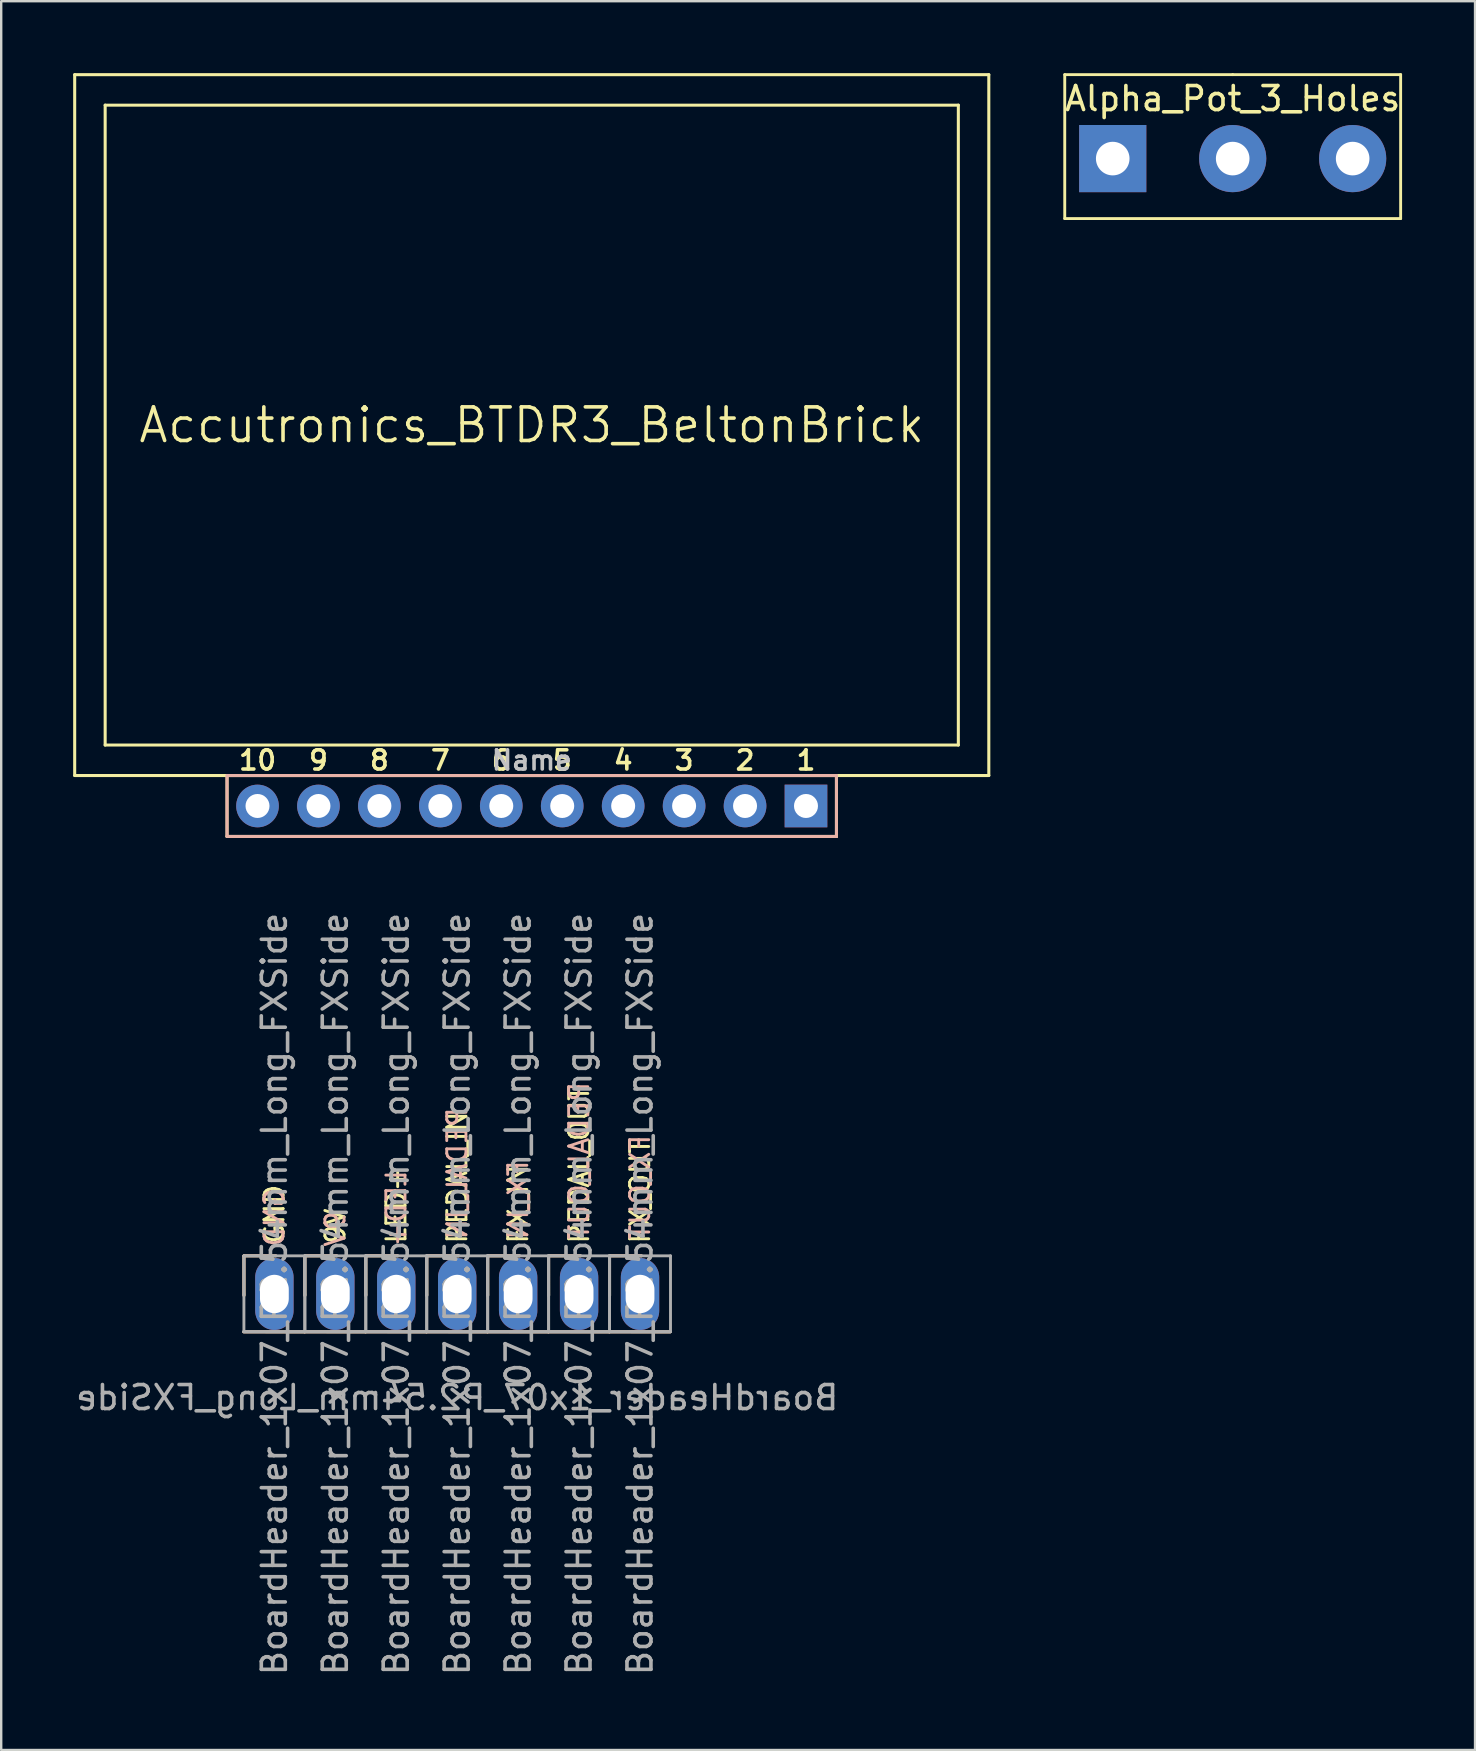
<source format=kicad_pcb>
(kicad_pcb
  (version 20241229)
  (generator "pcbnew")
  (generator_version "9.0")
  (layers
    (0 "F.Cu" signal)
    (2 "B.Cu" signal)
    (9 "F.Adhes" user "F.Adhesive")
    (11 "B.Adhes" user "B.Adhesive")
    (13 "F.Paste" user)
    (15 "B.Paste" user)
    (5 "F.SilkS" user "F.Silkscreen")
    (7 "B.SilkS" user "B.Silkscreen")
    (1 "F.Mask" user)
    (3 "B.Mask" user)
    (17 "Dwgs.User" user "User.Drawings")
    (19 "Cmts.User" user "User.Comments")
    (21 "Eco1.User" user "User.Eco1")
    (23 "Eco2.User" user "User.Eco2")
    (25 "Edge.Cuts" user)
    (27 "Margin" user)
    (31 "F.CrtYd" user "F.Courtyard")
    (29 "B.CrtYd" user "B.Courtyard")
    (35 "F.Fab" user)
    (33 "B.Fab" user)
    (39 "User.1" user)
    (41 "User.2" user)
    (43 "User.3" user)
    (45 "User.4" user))
  (footprint "Accutronics_BTDR3_BeltonBrick"
    (layer "F.Cu")
    (at 19.113 14.668)
    (property "Reference" "Accutronics_BTDR3_BeltonBrick" (at 0 0 0) (layer "F.SilkS") (effects (font (size 1.4 1.4) (thickness 0.15))))
    (attr through_hole)
    (fp_line (start -19.05 -14.605) (end -19.05 14.605) (stroke (width 0.127) (type solid)) (layer "F.SilkS"))
    (fp_line (start -19.05 -14.605) (end 19.05 -14.605) (stroke (width 0.127) (type solid)) (layer "F.SilkS"))
    (fp_line (start -19.05 14.605) (end -12.7 14.605) (stroke (width 0.127) (type solid)) (layer "F.SilkS"))
    (fp_line (start -17.78 -13.335) (end 17.78 -13.335) (stroke (width 0.127) (type solid)) (layer "F.SilkS"))
    (fp_line (start -17.78 13.335) (end -17.78 -13.335) (stroke (width 0.127) (type solid)) (layer "F.SilkS"))
    (fp_line (start -12.7 14.605) (end -12.7 17.145) (stroke (width 0.127) (type solid)) (layer "F.SilkS"))
    (fp_line (start -12.7 14.605) (end 12.7 14.605) (stroke (width 0.127) (type solid)) (layer "F.SilkS"))
    (fp_line (start -12.7 17.145) (end 12.7 17.145) (stroke (width 0.127) (type solid)) (layer "F.SilkS"))
    (fp_line (start 12.7 14.605) (end 19.05 14.605) (stroke (width 0.127) (type solid)) (layer "F.SilkS"))
    (fp_line (start 12.7 17.145) (end 12.7 14.605) (stroke (width 0.127) (type solid)) (layer "F.SilkS"))
    (fp_line (start 17.78 -13.335) (end 17.78 13.335) (stroke (width 0.127) (type solid)) (layer "F.SilkS"))
    (fp_line (start 17.78 13.335) (end -17.78 13.335) (stroke (width 0.127) (type solid)) (layer "F.SilkS"))
    (fp_line (start 19.05 14.605) (end 19.05 -14.605) (stroke (width 0.127) (type solid)) (layer "F.SilkS"))
    (fp_line (start -12.7 14.605) (end 12.7 14.605) (stroke (width 0.127) (type solid)) (layer "B.SilkS"))
    (fp_line (start -12.7 17.145) (end -12.7 14.605) (stroke (width 0.127) (type solid)) (layer "B.SilkS"))
    (fp_line (start 12.7 14.605) (end 12.7 17.145) (stroke (width 0.127) (type solid)) (layer "B.SilkS"))
    (fp_line (start 12.7 17.145) (end -12.7 17.145) (stroke (width 0.127) (type solid)) (layer "B.SilkS"))
    (fp_text user "8" (at -6.35 13.97 0) (layer "F.SilkS") (effects (font (size 0.8 0.8) (thickness 0.15))))
    (fp_text user "2" (at 8.89 13.97 0) (layer "F.SilkS") (effects (font (size 0.8 0.8) (thickness 0.15))))
    (fp_text user "6" (at -1.27 13.97 0) (layer "F.SilkS") (effects (font (size 0.8 0.8) (thickness 0.15))))
    (fp_text user "9" (at -8.89 13.97 0) (layer "F.SilkS") (effects (font (size 0.8 0.8) (thickness 0.15))))
    (fp_text user "3" (at 6.35 13.97 0) (layer "F.SilkS") (effects (font (size 0.8 0.8) (thickness 0.15))))
    (fp_text user "4" (at 3.81 13.97 0) (layer "F.SilkS") (effects (font (size 0.8 0.8) (thickness 0.15))))
    (fp_text user "1" (at 11.43 13.97 0) (layer "F.SilkS") (effects (font (size 0.8 0.8) (thickness 0.15))))
    (fp_text user "7" (at -3.81 13.97 0) (layer "F.SilkS") (effects (font (size 0.8 0.8) (thickness 0.15))))
    (fp_text user "5" (at 1.27 13.97 0) (layer "F.SilkS") (effects (font (size 0.8 0.8) (thickness 0.15))))
    (fp_text user "10" (at -11.43 13.97 0) (layer "F.SilkS") (effects (font (size 0.8 0.8) (thickness 0.15))))
    (fp_text user "Name" (at 0 13.97 0) (layer "Dwgs.User") (effects (font (size 0.8 0.8) (thickness 0.15))))
    (pad "1" thru_hole rect (at 11.43 15.875) (size 1.778 1.778) (drill 1) (layers "*.Cu" "*.Mask"))
    (pad "2" thru_hole circle (at 8.89 15.875) (size 1.778 1.778) (drill 1) (layers "*.Cu" "*.Mask"))
    (pad "3" thru_hole circle (at 6.35 15.875) (size 1.778 1.778) (drill 1) (layers "*.Cu" "*.Mask"))
    (pad "4" thru_hole circle (at 3.81 15.875) (size 1.778 1.778) (drill 1) (layers "*.Cu" "*.Mask"))
    (pad "5" thru_hole circle (at 1.27 15.875) (size 1.778 1.778) (drill 1) (layers "*.Cu" "*.Mask"))
    (pad "6" thru_hole circle (at -1.27 15.875) (size 1.778 1.778) (drill 1) (layers "*.Cu" "*.Mask"))
    (pad "7" thru_hole circle (at -3.81 15.875) (size 1.778 1.778) (drill 1) (layers "*.Cu" "*.Mask"))
    (pad "8" thru_hole circle (at -6.35 15.875) (size 1.778 1.778) (drill 1) (layers "*.Cu" "*.Mask"))
    (pad "9" thru_hole circle (at -8.89 15.875) (size 1.778 1.778) (drill 1) (layers "*.Cu" "*.Mask"))
    (pad "10" thru_hole circle (at -11.43 15.875) (size 1.778 1.778) (drill 1) (layers "*.Cu" "*.Mask")))
  (footprint "BoardHeader_1x07_P2.54mm_Long_FXSide"
    (layer "F.Cu")
    (at 16.006 50.883)
    (property "Reference" "BoardHeader_1x07_P2.54mm_Long_FXSide" (at 0 4.318 0) (layer "F.Fab") (effects (font (size 1 1) (thickness 0.15)) (justify mirror)))
    (attr through_hole)
    (fp_line (start -8.9 1.577) (end -6.36 1.58) (stroke (width 0.12) (type solid)) (layer "F.SilkS"))
    (fp_line (start -8.89 -1.59) (end -7.56 -1.59) (stroke (width 0.12) (type solid)) (layer "F.SilkS"))
    (fp_line (start -8.886 0.064) (end -8.89 -1.59) (stroke (width 0.12) (type solid)) (layer "F.SilkS"))
    (fp_line (start -6.36 1.577) (end -3.82 1.58) (stroke (width 0.12) (type solid)) (layer "F.SilkS"))
    (fp_line (start -6.35 -1.59) (end -5.02 -1.59) (stroke (width 0.12) (type solid)) (layer "F.SilkS"))
    (fp_line (start -6.346 0.064) (end -6.35 -1.59) (stroke (width 0.12) (type solid)) (layer "F.SilkS"))
    (fp_line (start -3.82 1.577) (end -1.28 1.58) (stroke (width 0.12) (type solid)) (layer "F.SilkS"))
    (fp_line (start -3.81 -1.59) (end -2.48 -1.59) (stroke (width 0.12) (type solid)) (layer "F.SilkS"))
    (fp_line (start -3.807 0.064) (end -3.81 -1.59) (stroke (width 0.12) (type solid)) (layer "F.SilkS"))
    (fp_line (start -1.28 1.577) (end 1.26 1.58) (stroke (width 0.12) (type solid)) (layer "F.SilkS"))
    (fp_line (start -1.27 -1.59) (end 0.06 -1.59) (stroke (width 0.12) (type solid)) (layer "F.SilkS"))
    (fp_line (start -1.266 0.064) (end -1.27 -1.59) (stroke (width 0.12) (type solid)) (layer "F.SilkS"))
    (fp_line (start 1.26 1.577) (end 3.8 1.58) (stroke (width 0.12) (type solid)) (layer "F.SilkS"))
    (fp_line (start 1.27 -1.59) (end 2.6 -1.59) (stroke (width 0.12) (type solid)) (layer "F.SilkS"))
    (fp_line (start 1.274 0.064) (end 1.27 -1.59) (stroke (width 0.12) (type solid)) (layer "F.SilkS"))
    (fp_line (start 3.8 1.577) (end 6.34 1.58) (stroke (width 0.12) (type solid)) (layer "F.SilkS"))
    (fp_line (start 3.81 -1.59) (end 5.14 -1.59) (stroke (width 0.12) (type solid)) (layer "F.SilkS"))
    (fp_line (start 3.813 0.064) (end 3.81 -1.59) (stroke (width 0.12) (type solid)) (layer "F.SilkS"))
    (fp_line (start 6.34 1.577) (end 8.88 1.58) (stroke (width 0.12) (type solid)) (layer "F.SilkS"))
    (fp_line (start 6.35 -1.59) (end 7.68 -1.59) (stroke (width 0.12) (type solid)) (layer "F.SilkS"))
    (fp_line (start 6.354 0.064) (end 6.35 -1.59) (stroke (width 0.12) (type solid)) (layer "F.SilkS"))
    (fp_line (start -8.9 1.58) (end -6.36 1.58) (stroke (width 0.12) (type solid)) (layer "B.SilkS"))
    (fp_line (start -8.89 0.064) (end -8.886 -1.59) (stroke (width 0.12) (type solid)) (layer "B.SilkS"))
    (fp_line (start -8.886 -1.59) (end -7.556 -1.59) (stroke (width 0.12) (type solid)) (layer "B.SilkS"))
    (fp_line (start -6.36 1.58) (end -3.82 1.58) (stroke (width 0.12) (type solid)) (layer "B.SilkS"))
    (fp_line (start -6.35 0.064) (end -6.346 -1.59) (stroke (width 0.12) (type solid)) (layer "B.SilkS"))
    (fp_line (start -6.346 -1.59) (end -5.016 -1.59) (stroke (width 0.12) (type solid)) (layer "B.SilkS"))
    (fp_line (start -3.82 1.58) (end -1.28 1.58) (stroke (width 0.12) (type solid)) (layer "B.SilkS"))
    (fp_line (start -3.81 0.064) (end -3.807 -1.59) (stroke (width 0.12) (type solid)) (layer "B.SilkS"))
    (fp_line (start -3.807 -1.59) (end -2.477 -1.59) (stroke (width 0.12) (type solid)) (layer "B.SilkS"))
    (fp_line (start -1.28 1.58) (end 1.26 1.58) (stroke (width 0.12) (type solid)) (layer "B.SilkS"))
    (fp_line (start -1.27 0.064) (end -1.266 -1.59) (stroke (width 0.12) (type solid)) (layer "B.SilkS"))
    (fp_line (start -1.266 -1.59) (end 0.064 -1.59) (stroke (width 0.12) (type solid)) (layer "B.SilkS"))
    (fp_line (start 1.26 1.58) (end 3.8 1.58) (stroke (width 0.12) (type solid)) (layer "B.SilkS"))
    (fp_line (start 1.27 0.064) (end 1.274 -1.59) (stroke (width 0.12) (type solid)) (layer "B.SilkS"))
    (fp_line (start 1.274 -1.59) (end 2.603 -1.59) (stroke (width 0.12) (type solid)) (layer "B.SilkS"))
    (fp_line (start 3.8 1.58) (end 6.34 1.58) (stroke (width 0.12) (type solid)) (layer "B.SilkS"))
    (fp_line (start 3.81 0.064) (end 3.813 -1.59) (stroke (width 0.12) (type solid)) (layer "B.SilkS"))
    (fp_line (start 3.813 -1.59) (end 5.144 -1.59) (stroke (width 0.12) (type solid)) (layer "B.SilkS"))
    (fp_line (start 6.34 1.58) (end 8.88 1.58) (stroke (width 0.12) (type solid)) (layer "B.SilkS"))
    (fp_line (start 6.35 0.064) (end 6.354 -1.59) (stroke (width 0.12) (type solid)) (layer "B.SilkS"))
    (fp_line (start 6.354 -1.59) (end 7.684 -1.59) (stroke (width 0.12) (type solid)) (layer "B.SilkS"))
    (fp_line (start -8.89 -1.59) (end -6.35 -1.59) (stroke (width 0.12) (type solid)) (layer "F.Fab"))
    (fp_line (start -8.89 0.01) (end -8.89 -1.59) (stroke (width 0.12) (type solid)) (layer "F.Fab"))
    (fp_line (start -8.89 1.57) (end -8.89 0.01) (stroke (width 0.12) (type solid)) (layer "F.Fab"))
    (fp_line (start -6.36 1.58) (end -8.9 1.58) (stroke (width 0.1) (type solid)) (layer "F.Fab"))
    (fp_line (start -6.35 -1.59) (end -6.35 1.57) (stroke (width 0.12) (type solid)) (layer "F.Fab"))
    (fp_line (start -6.35 -1.59) (end -3.81 -1.59) (stroke (width 0.12) (type solid)) (layer "F.Fab"))
    (fp_line (start -6.35 0.01) (end -6.35 -1.59) (stroke (width 0.12) (type solid)) (layer "F.Fab"))
    (fp_line (start -6.35 1.57) (end -8.89 1.57) (stroke (width 0.12) (type solid)) (layer "F.Fab"))
    (fp_line (start -6.35 1.57) (end -6.35 0.01) (stroke (width 0.12) (type solid)) (layer "F.Fab"))
    (fp_line (start -3.82 1.58) (end -6.36 1.58) (stroke (width 0.1) (type solid)) (layer "F.Fab"))
    (fp_line (start -3.81 -1.59) (end -3.81 1.57) (stroke (width 0.12) (type solid)) (layer "F.Fab"))
    (fp_line (start -3.81 -1.59) (end -1.27 -1.59) (stroke (width 0.12) (type solid)) (layer "F.Fab"))
    (fp_line (start -3.81 0.01) (end -3.81 -1.59) (stroke (width 0.12) (type solid)) (layer "F.Fab"))
    (fp_line (start -3.81 1.57) (end -6.35 1.57) (stroke (width 0.12) (type solid)) (layer "F.Fab"))
    (fp_line (start -3.81 1.57) (end -3.81 0.01) (stroke (width 0.12) (type solid)) (layer "F.Fab"))
    (fp_line (start -1.28 1.58) (end -3.82 1.58) (stroke (width 0.1) (type solid)) (layer "F.Fab"))
    (fp_line (start -1.27 -1.59) (end -1.27 1.57) (stroke (width 0.12) (type solid)) (layer "F.Fab"))
    (fp_line (start -1.27 -1.59) (end 1.27 -1.59) (stroke (width 0.12) (type solid)) (layer "F.Fab"))
    (fp_line (start -1.27 0.01) (end -1.27 -1.59) (stroke (width 0.12) (type solid)) (layer "F.Fab"))
    (fp_line (start -1.27 1.57) (end -3.81 1.57) (stroke (width 0.12) (type solid)) (layer "F.Fab"))
    (fp_line (start -1.27 1.57) (end -1.27 0.01) (stroke (width 0.12) (type solid)) (layer "F.Fab"))
    (fp_line (start 1.26 1.58) (end -1.28 1.58) (stroke (width 0.1) (type solid)) (layer "F.Fab"))
    (fp_line (start 1.27 -1.59) (end 1.27 1.57) (stroke (width 0.12) (type solid)) (layer "F.Fab"))
    (fp_line (start 1.27 -1.59) (end 3.81 -1.59) (stroke (width 0.12) (type solid)) (layer "F.Fab"))
    (fp_line (start 1.27 0.01) (end 1.27 -1.59) (stroke (width 0.12) (type solid)) (layer "F.Fab"))
    (fp_line (start 1.27 1.57) (end -1.27 1.57) (stroke (width 0.12) (type solid)) (layer "F.Fab"))
    (fp_line (start 1.27 1.57) (end 1.27 0.01) (stroke (width 0.12) (type solid)) (layer "F.Fab"))
    (fp_line (start 3.8 1.58) (end 1.26 1.58) (stroke (width 0.1) (type solid)) (layer "F.Fab"))
    (fp_line (start 3.81 -1.59) (end 3.81 1.57) (stroke (width 0.12) (type solid)) (layer "F.Fab"))
    (fp_line (start 3.81 -1.59) (end 6.35 -1.59) (stroke (width 0.12) (type solid)) (layer "F.Fab"))
    (fp_line (start 3.81 0.01) (end 3.81 -1.59) (stroke (width 0.12) (type solid)) (layer "F.Fab"))
    (fp_line (start 3.81 1.57) (end 1.27 1.57) (stroke (width 0.12) (type solid)) (layer "F.Fab"))
    (fp_line (start 3.81 1.57) (end 3.81 0.01) (stroke (width 0.12) (type solid)) (layer "F.Fab"))
    (fp_line (start 6.34 1.58) (end 3.8 1.58) (stroke (width 0.1) (type solid)) (layer "F.Fab"))
    (fp_line (start 6.35 -1.59) (end 6.35 1.57) (stroke (width 0.12) (type solid)) (layer "F.Fab"))
    (fp_line (start 6.35 -1.59) (end 8.89 -1.59) (stroke (width 0.12) (type solid)) (layer "F.Fab"))
    (fp_line (start 6.35 0.01) (end 6.35 -1.59) (stroke (width 0.12) (type solid)) (layer "F.Fab"))
    (fp_line (start 6.35 1.57) (end 3.81 1.57) (stroke (width 0.12) (type solid)) (layer "F.Fab"))
    (fp_line (start 6.35 1.57) (end 6.35 0.01) (stroke (width 0.12) (type solid)) (layer "F.Fab"))
    (fp_line (start 8.88 1.58) (end 6.34 1.58) (stroke (width 0.1) (type solid)) (layer "F.Fab"))
    (fp_line (start 8.89 -1.59) (end 8.89 1.57) (stroke (width 0.12) (type solid)) (layer "F.Fab"))
    (fp_line (start 8.89 1.57) (end 6.35 1.57) (stroke (width 0.12) (type solid)) (layer "F.Fab"))
    (fp_text user "PEDAL_IN" (at 0 -2.032 90) (layer "F.SilkS") (effects (font (size 0.8 0.8) (thickness 0.12)) (justify left)))
    (fp_text user "9V" (at -5.08 -2.032 90) (layer "F.SilkS") (effects (font (size 0.8 0.8) (thickness 0.12)) (justify left)))
    (fp_text user "FX_IN" (at 2.54 -2.032 90) (layer "F.SilkS") (effects (font (size 0.8 0.8) (thickness 0.12)) (justify left)))
    (fp_text user "FX_OUT" (at 7.62 -2.032 90) (layer "F.SilkS") (effects (font (size 0.8 0.8) (thickness 0.12)) (justify left)))
    (fp_text user "GND" (at -7.62 -2.032 90) (layer "F.SilkS") (effects (font (size 0.8 0.8) (thickness 0.12)) (justify left)))
    (fp_text user "PEDAL_OUT" (at 5.08 -2.032 90) (layer "F.SilkS") (effects (font (size 0.8 0.8) (thickness 0.12)) (justify left)))
    (fp_text user "LED+" (at -2.54 -2.032 90) (layer "F.SilkS") (effects (font (size 0.8 0.8) (thickness 0.12)) (justify left)))
    (fp_text user "FX_IN" (at 2.54 -2.2 90) (layer "B.SilkS") (effects (font (size 0.8 0.8) (thickness 0.12)) (justify right mirror)))
    (fp_text user "PEDAL_IN" (at 0 -2.2 90) (layer "B.SilkS") (effects (font (size 0.8 0.8) (thickness 0.12)) (justify right mirror)))
    (fp_text user "PEDAL_OUT" (at 5.08 -2.2 90) (layer "B.SilkS") (effects (font (size 0.8 0.8) (thickness 0.12)) (justify right mirror)))
    (fp_text user "GND" (at -7.62 -1.905 90) (layer "B.SilkS") (effects (font (size 0.8 0.8) (thickness 0.12)) (justify right mirror)))
    (fp_text user "FX_OUT" (at 7.62 -2.2 90) (layer "B.SilkS") (effects (font (size 0.8 0.8) (thickness 0.12)) (justify right mirror)))
    (fp_text user "LED+" (at -2.54 -1.905 90) (layer "B.SilkS") (effects (font (size 0.8 0.8) (thickness 0.12)) (justify right mirror)))
    (fp_text user "9V" (at -5.08 -1.905 90) (layer "B.SilkS") (effects (font (size 0.8 0.8) (thickness 0.12)) (justify right mirror)))
    (fp_text user "${REFERENCE}" (at -7.62 0 90) (layer "F.Fab") (effects (font (size 1 1) (thickness 0.15))))
    (fp_text user "${REFERENCE}" (at -5.08 0 90) (layer "F.Fab") (effects (font (size 1 1) (thickness 0.15))))
    (fp_text user "${REFERENCE}" (at 0 0 90) (layer "F.Fab") (effects (font (size 1 1) (thickness 0.15))))
    (fp_text user "${REFERENCE}" (at 5.08 0 90) (layer "F.Fab") (effects (font (size 1 1) (thickness 0.15))))
    (fp_text user "${REFERENCE}" (at -2.54 0 90) (layer "F.Fab") (effects (font (size 1 1) (thickness 0.15))))
    (fp_text user "${REFERENCE}" (at 2.54 0 90) (layer "F.Fab") (effects (font (size 1 1) (thickness 0.15))))
    (fp_text user "${REFERENCE}" (at 7.62 0 90) (layer "F.Fab") (effects (font (size 1 1) (thickness 0.15))))
    (pad "1" thru_hole oval (at -7.62 0) (size 1.6 3) (drill oval 1.2 1.6) (layers "*.Cu" "*.Mask"))
    (pad "2" thru_hole oval (at -5.08 0) (size 1.6 3) (drill oval 1.2 1.6) (layers "*.Cu" "*.Mask"))
    (pad "3" thru_hole oval (at -2.54 0) (size 1.6 3) (drill oval 1.2 1.6) (layers "*.Cu" "*.Mask"))
    (pad "4" thru_hole oval (at 0 0) (size 1.6 3) (drill oval 1.2 1.6) (layers "*.Cu" "*.Mask"))
    (pad "5" thru_hole oval (at 2.54 0) (size 1.6 3) (drill oval 1.2 1.6) (layers "*.Cu" "*.Mask"))
    (pad "6" thru_hole oval (at 5.08 0) (size 1.6 3) (drill oval 1.2 1.6) (layers "*.Cu" "*.Mask"))
    (pad "7" thru_hole oval (at 7.62 0) (size 1.6 3) (drill oval 1.2 1.6) (layers "*.Cu" "*.Mask")))
  (footprint "Alpha_Pot_3_Holes"
    (layer "F.Cu")
    (at 48.328 3.56)
    (property "Reference" "Alpha_Pot_3_Holes" (at 0 -2.5 0) (layer "F.SilkS") (effects (font (size 1 1) (thickness 0.15))))
    (attr through_hole)
    (fp_line (start -7 -3.5) (end -7 2.5) (stroke (width 0.12) (type solid)) (layer "F.SilkS"))
    (fp_line (start -7 2.5) (end 7 2.5) (stroke (width 0.12) (type solid)) (layer "F.SilkS"))
    (fp_line (start 0 -3.5) (end -7 -3.5) (stroke (width 0.12) (type solid)) (layer "F.SilkS"))
    (fp_line (start 7 -3.5) (end 0 -3.5) (stroke (width 0.12) (type solid)) (layer "F.SilkS"))
    (fp_line (start 7 2.5) (end 7 -3.5) (stroke (width 0.12) (type solid)) (layer "F.SilkS"))
    (pad "1" thru_hole rect (at -5 0) (size 2.8 2.8) (drill 1.4) (layers "*.Cu" "*.Mask"))
    (pad "2" thru_hole circle (at 0 0) (size 2.8 2.8) (drill 1.4) (layers "*.Cu" "*.Mask"))
    (pad "3" thru_hole circle (at 5 0) (size 2.8 2.8) (drill 1.4) (layers "*.Cu" "*.Mask")))
  (gr_rect
    (start -3 -3)
    (end 58.429 69.889)
    (stroke (width 0.1) (type default))
    (fill no)
    (layer "Edge.Cuts")))
</source>
